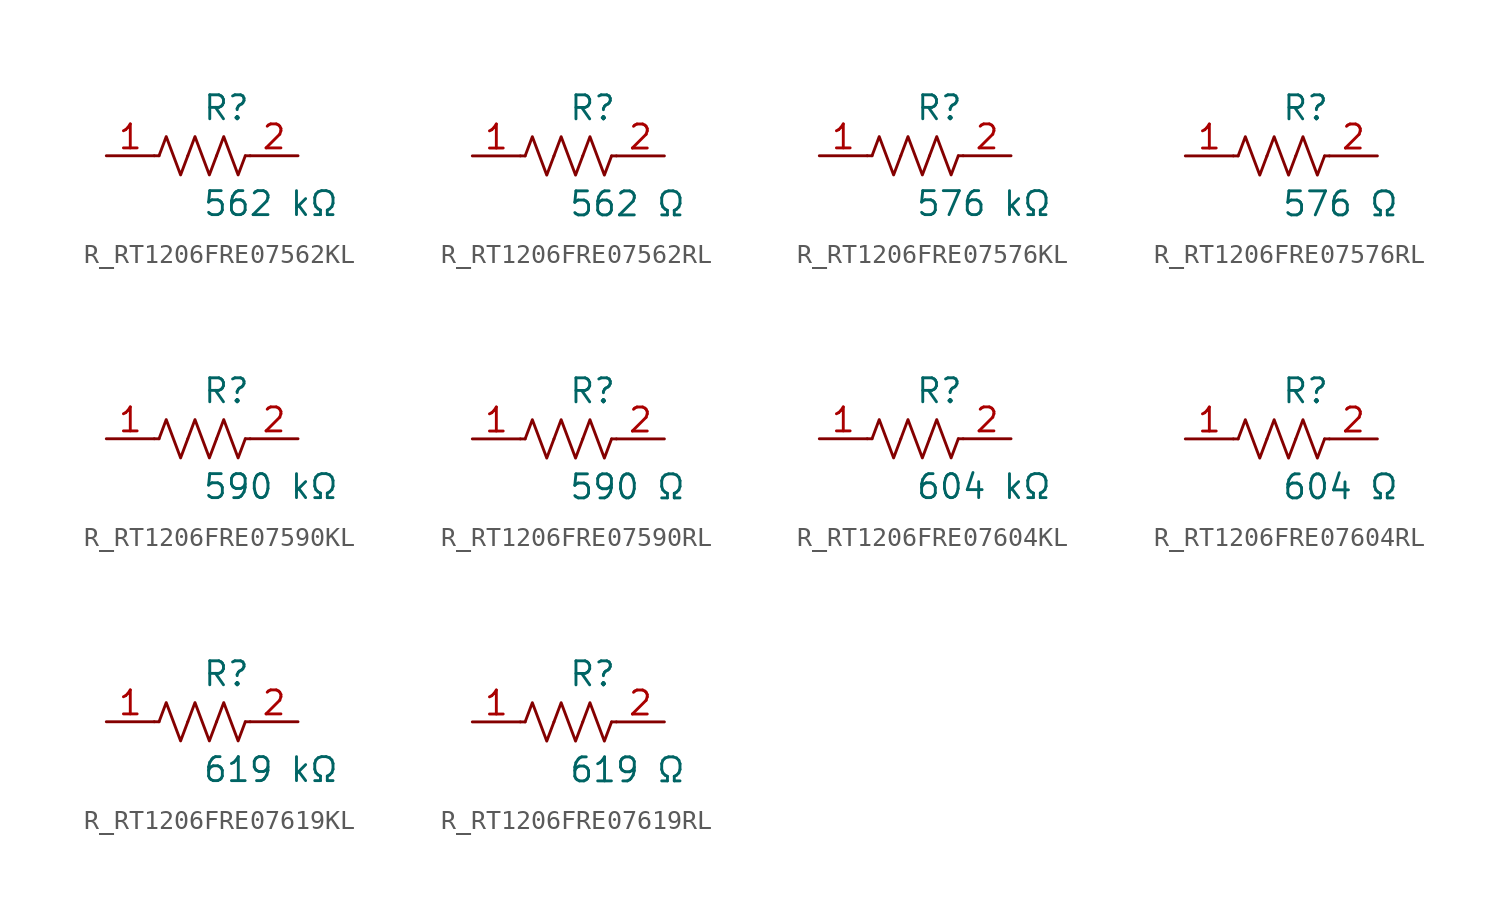
<source format=kicad_sym>
(kicad_symbol_lib
  (version 20231120)
  (generator kicad_symbol_editor)
  (generator_version 8.0)
  (symbol "R_RT1206FRE07562KL"
    (pin_names
      (offset 0.254))
    (property "Reference" "R"
      (at 0 2.54 0)
      (effects (font (size 1.27 1.27)) (justify left)))
    (property "Value" "562 kΩ"
      (at 0 -2.54 0)
      (effects (font (size 1.27 1.27)) (justify left)))
    (symbol "R_RT1206FRE07562KL_0_1"
      (polyline (pts (xy 2.286 0) (xy 2.54 0)) (stroke (width 0) (type default)) (fill (type none)))
      (polyline (pts (xy -2.286 0) (xy -2.54 0)) (stroke (width 0) (type default)) (fill (type none)))
      (polyline (pts (xy 0.762 0) (xy 1.143 1.016) (xy 1.524 0) (xy 1.905 -1.016) (xy 2.286 0)) (stroke (width 0) (type default)) (fill (type none)))
      (polyline (pts (xy -0.762 0) (xy -0.381 1.016) (xy 0 0) (xy 0.381 -1.016) (xy 0.762 0)) (stroke (width 0) (type default)) (fill (type none)))
      (polyline (pts (xy -2.286 0) (xy -1.905 1.016) (xy -1.524 0) (xy -1.143 -1.016) (xy -0.762 0)) (stroke (width 0) (type default)) (fill (type none))))
    (pin unspecified line
      (at -5.08 0 0)
      (length 2.54)
      (name "" (effects (font (size 1.27 1.27))))
      (number "1" (effects (font (size 1.27 1.27)))))
    (pin unspecified line
      (at 5.08 0 180)
      (length 2.54)
      (name "" (effects (font (size 1.27 1.27))))
      (number "2" (effects (font (size 1.27 1.27))))))
  (symbol "R_RT1206FRE07562RL"
    (pin_names
      (offset 0.254))
    (property "Reference" "R"
      (at 0 2.54 0)
      (effects (font (size 1.27 1.27)) (justify left)))
    (property "Value" "562 Ω"
      (at 0 -2.54 0)
      (effects (font (size 1.27 1.27)) (justify left)))
    (symbol "R_RT1206FRE07562RL_0_1"
      (polyline (pts (xy 2.286 0) (xy 2.54 0)) (stroke (width 0) (type default)) (fill (type none)))
      (polyline (pts (xy -2.286 0) (xy -2.54 0)) (stroke (width 0) (type default)) (fill (type none)))
      (polyline (pts (xy 0.762 0) (xy 1.143 1.016) (xy 1.524 0) (xy 1.905 -1.016) (xy 2.286 0)) (stroke (width 0) (type default)) (fill (type none)))
      (polyline (pts (xy -0.762 0) (xy -0.381 1.016) (xy 0 0) (xy 0.381 -1.016) (xy 0.762 0)) (stroke (width 0) (type default)) (fill (type none)))
      (polyline (pts (xy -2.286 0) (xy -1.905 1.016) (xy -1.524 0) (xy -1.143 -1.016) (xy -0.762 0)) (stroke (width 0) (type default)) (fill (type none))))
    (pin unspecified line
      (at -5.08 0 0)
      (length 2.54)
      (name "" (effects (font (size 1.27 1.27))))
      (number "1" (effects (font (size 1.27 1.27)))))
    (pin unspecified line
      (at 5.08 0 180)
      (length 2.54)
      (name "" (effects (font (size 1.27 1.27))))
      (number "2" (effects (font (size 1.27 1.27))))))
  (symbol "R_RT1206FRE07576KL"
    (pin_names
      (offset 0.254))
    (property "Reference" "R"
      (at 0 2.54 0)
      (effects (font (size 1.27 1.27)) (justify left)))
    (property "Value" "576 kΩ"
      (at 0 -2.54 0)
      (effects (font (size 1.27 1.27)) (justify left)))
    (symbol "R_RT1206FRE07576KL_0_1"
      (polyline (pts (xy 2.286 0) (xy 2.54 0)) (stroke (width 0) (type default)) (fill (type none)))
      (polyline (pts (xy -2.286 0) (xy -2.54 0)) (stroke (width 0) (type default)) (fill (type none)))
      (polyline (pts (xy 0.762 0) (xy 1.143 1.016) (xy 1.524 0) (xy 1.905 -1.016) (xy 2.286 0)) (stroke (width 0) (type default)) (fill (type none)))
      (polyline (pts (xy -0.762 0) (xy -0.381 1.016) (xy 0 0) (xy 0.381 -1.016) (xy 0.762 0)) (stroke (width 0) (type default)) (fill (type none)))
      (polyline (pts (xy -2.286 0) (xy -1.905 1.016) (xy -1.524 0) (xy -1.143 -1.016) (xy -0.762 0)) (stroke (width 0) (type default)) (fill (type none))))
    (pin unspecified line
      (at -5.08 0 0)
      (length 2.54)
      (name "" (effects (font (size 1.27 1.27))))
      (number "1" (effects (font (size 1.27 1.27)))))
    (pin unspecified line
      (at 5.08 0 180)
      (length 2.54)
      (name "" (effects (font (size 1.27 1.27))))
      (number "2" (effects (font (size 1.27 1.27))))))
  (symbol "R_RT1206FRE07576RL"
    (pin_names
      (offset 0.254))
    (property "Reference" "R"
      (at 0 2.54 0)
      (effects (font (size 1.27 1.27)) (justify left)))
    (property "Value" "576 Ω"
      (at 0 -2.54 0)
      (effects (font (size 1.27 1.27)) (justify left)))
    (symbol "R_RT1206FRE07576RL_0_1"
      (polyline (pts (xy 2.286 0) (xy 2.54 0)) (stroke (width 0) (type default)) (fill (type none)))
      (polyline (pts (xy -2.286 0) (xy -2.54 0)) (stroke (width 0) (type default)) (fill (type none)))
      (polyline (pts (xy 0.762 0) (xy 1.143 1.016) (xy 1.524 0) (xy 1.905 -1.016) (xy 2.286 0)) (stroke (width 0) (type default)) (fill (type none)))
      (polyline (pts (xy -0.762 0) (xy -0.381 1.016) (xy 0 0) (xy 0.381 -1.016) (xy 0.762 0)) (stroke (width 0) (type default)) (fill (type none)))
      (polyline (pts (xy -2.286 0) (xy -1.905 1.016) (xy -1.524 0) (xy -1.143 -1.016) (xy -0.762 0)) (stroke (width 0) (type default)) (fill (type none))))
    (pin unspecified line
      (at -5.08 0 0)
      (length 2.54)
      (name "" (effects (font (size 1.27 1.27))))
      (number "1" (effects (font (size 1.27 1.27)))))
    (pin unspecified line
      (at 5.08 0 180)
      (length 2.54)
      (name "" (effects (font (size 1.27 1.27))))
      (number "2" (effects (font (size 1.27 1.27))))))
  (symbol "R_RT1206FRE07590KL"
    (pin_names
      (offset 0.254))
    (property "Reference" "R"
      (at 0 2.54 0)
      (effects (font (size 1.27 1.27)) (justify left)))
    (property "Value" "590 kΩ"
      (at 0 -2.54 0)
      (effects (font (size 1.27 1.27)) (justify left)))
    (symbol "R_RT1206FRE07590KL_0_1"
      (polyline (pts (xy 2.286 0) (xy 2.54 0)) (stroke (width 0) (type default)) (fill (type none)))
      (polyline (pts (xy -2.286 0) (xy -2.54 0)) (stroke (width 0) (type default)) (fill (type none)))
      (polyline (pts (xy 0.762 0) (xy 1.143 1.016) (xy 1.524 0) (xy 1.905 -1.016) (xy 2.286 0)) (stroke (width 0) (type default)) (fill (type none)))
      (polyline (pts (xy -0.762 0) (xy -0.381 1.016) (xy 0 0) (xy 0.381 -1.016) (xy 0.762 0)) (stroke (width 0) (type default)) (fill (type none)))
      (polyline (pts (xy -2.286 0) (xy -1.905 1.016) (xy -1.524 0) (xy -1.143 -1.016) (xy -0.762 0)) (stroke (width 0) (type default)) (fill (type none))))
    (pin unspecified line
      (at -5.08 0 0)
      (length 2.54)
      (name "" (effects (font (size 1.27 1.27))))
      (number "1" (effects (font (size 1.27 1.27)))))
    (pin unspecified line
      (at 5.08 0 180)
      (length 2.54)
      (name "" (effects (font (size 1.27 1.27))))
      (number "2" (effects (font (size 1.27 1.27))))))
  (symbol "R_RT1206FRE07590RL"
    (pin_names
      (offset 0.254))
    (property "Reference" "R"
      (at 0 2.54 0)
      (effects (font (size 1.27 1.27)) (justify left)))
    (property "Value" "590 Ω"
      (at 0 -2.54 0)
      (effects (font (size 1.27 1.27)) (justify left)))
    (symbol "R_RT1206FRE07590RL_0_1"
      (polyline (pts (xy 2.286 0) (xy 2.54 0)) (stroke (width 0) (type default)) (fill (type none)))
      (polyline (pts (xy -2.286 0) (xy -2.54 0)) (stroke (width 0) (type default)) (fill (type none)))
      (polyline (pts (xy 0.762 0) (xy 1.143 1.016) (xy 1.524 0) (xy 1.905 -1.016) (xy 2.286 0)) (stroke (width 0) (type default)) (fill (type none)))
      (polyline (pts (xy -0.762 0) (xy -0.381 1.016) (xy 0 0) (xy 0.381 -1.016) (xy 0.762 0)) (stroke (width 0) (type default)) (fill (type none)))
      (polyline (pts (xy -2.286 0) (xy -1.905 1.016) (xy -1.524 0) (xy -1.143 -1.016) (xy -0.762 0)) (stroke (width 0) (type default)) (fill (type none))))
    (pin unspecified line
      (at -5.08 0 0)
      (length 2.54)
      (name "" (effects (font (size 1.27 1.27))))
      (number "1" (effects (font (size 1.27 1.27)))))
    (pin unspecified line
      (at 5.08 0 180)
      (length 2.54)
      (name "" (effects (font (size 1.27 1.27))))
      (number "2" (effects (font (size 1.27 1.27))))))
  (symbol "R_RT1206FRE07604KL"
    (pin_names
      (offset 0.254))
    (property "Reference" "R"
      (at 0 2.54 0)
      (effects (font (size 1.27 1.27)) (justify left)))
    (property "Value" "604 kΩ"
      (at 0 -2.54 0)
      (effects (font (size 1.27 1.27)) (justify left)))
    (symbol "R_RT1206FRE07604KL_0_1"
      (polyline (pts (xy 2.286 0) (xy 2.54 0)) (stroke (width 0) (type default)) (fill (type none)))
      (polyline (pts (xy -2.286 0) (xy -2.54 0)) (stroke (width 0) (type default)) (fill (type none)))
      (polyline (pts (xy 0.762 0) (xy 1.143 1.016) (xy 1.524 0) (xy 1.905 -1.016) (xy 2.286 0)) (stroke (width 0) (type default)) (fill (type none)))
      (polyline (pts (xy -0.762 0) (xy -0.381 1.016) (xy 0 0) (xy 0.381 -1.016) (xy 0.762 0)) (stroke (width 0) (type default)) (fill (type none)))
      (polyline (pts (xy -2.286 0) (xy -1.905 1.016) (xy -1.524 0) (xy -1.143 -1.016) (xy -0.762 0)) (stroke (width 0) (type default)) (fill (type none))))
    (pin unspecified line
      (at -5.08 0 0)
      (length 2.54)
      (name "" (effects (font (size 1.27 1.27))))
      (number "1" (effects (font (size 1.27 1.27)))))
    (pin unspecified line
      (at 5.08 0 180)
      (length 2.54)
      (name "" (effects (font (size 1.27 1.27))))
      (number "2" (effects (font (size 1.27 1.27))))))
  (symbol "R_RT1206FRE07604RL"
    (pin_names
      (offset 0.254))
    (property "Reference" "R"
      (at 0 2.54 0)
      (effects (font (size 1.27 1.27)) (justify left)))
    (property "Value" "604 Ω"
      (at 0 -2.54 0)
      (effects (font (size 1.27 1.27)) (justify left)))
    (symbol "R_RT1206FRE07604RL_0_1"
      (polyline (pts (xy 2.286 0) (xy 2.54 0)) (stroke (width 0) (type default)) (fill (type none)))
      (polyline (pts (xy -2.286 0) (xy -2.54 0)) (stroke (width 0) (type default)) (fill (type none)))
      (polyline (pts (xy 0.762 0) (xy 1.143 1.016) (xy 1.524 0) (xy 1.905 -1.016) (xy 2.286 0)) (stroke (width 0) (type default)) (fill (type none)))
      (polyline (pts (xy -0.762 0) (xy -0.381 1.016) (xy 0 0) (xy 0.381 -1.016) (xy 0.762 0)) (stroke (width 0) (type default)) (fill (type none)))
      (polyline (pts (xy -2.286 0) (xy -1.905 1.016) (xy -1.524 0) (xy -1.143 -1.016) (xy -0.762 0)) (stroke (width 0) (type default)) (fill (type none))))
    (pin unspecified line
      (at -5.08 0 0)
      (length 2.54)
      (name "" (effects (font (size 1.27 1.27))))
      (number "1" (effects (font (size 1.27 1.27)))))
    (pin unspecified line
      (at 5.08 0 180)
      (length 2.54)
      (name "" (effects (font (size 1.27 1.27))))
      (number "2" (effects (font (size 1.27 1.27))))))
  (symbol "R_RT1206FRE07619KL"
    (pin_names
      (offset 0.254))
    (property "Reference" "R"
      (at 0 2.54 0)
      (effects (font (size 1.27 1.27)) (justify left)))
    (property "Value" "619 kΩ"
      (at 0 -2.54 0)
      (effects (font (size 1.27 1.27)) (justify left)))
    (symbol "R_RT1206FRE07619KL_0_1"
      (polyline (pts (xy 2.286 0) (xy 2.54 0)) (stroke (width 0) (type default)) (fill (type none)))
      (polyline (pts (xy -2.286 0) (xy -2.54 0)) (stroke (width 0) (type default)) (fill (type none)))
      (polyline (pts (xy 0.762 0) (xy 1.143 1.016) (xy 1.524 0) (xy 1.905 -1.016) (xy 2.286 0)) (stroke (width 0) (type default)) (fill (type none)))
      (polyline (pts (xy -0.762 0) (xy -0.381 1.016) (xy 0 0) (xy 0.381 -1.016) (xy 0.762 0)) (stroke (width 0) (type default)) (fill (type none)))
      (polyline (pts (xy -2.286 0) (xy -1.905 1.016) (xy -1.524 0) (xy -1.143 -1.016) (xy -0.762 0)) (stroke (width 0) (type default)) (fill (type none))))
    (pin unspecified line
      (at -5.08 0 0)
      (length 2.54)
      (name "" (effects (font (size 1.27 1.27))))
      (number "1" (effects (font (size 1.27 1.27)))))
    (pin unspecified line
      (at 5.08 0 180)
      (length 2.54)
      (name "" (effects (font (size 1.27 1.27))))
      (number "2" (effects (font (size 1.27 1.27))))))
  (symbol "R_RT1206FRE07619RL"
    (pin_names
      (offset 0.254))
    (property "Reference" "R"
      (at 0 2.54 0)
      (effects (font (size 1.27 1.27)) (justify left)))
    (property "Value" "619 Ω"
      (at 0 -2.54 0)
      (effects (font (size 1.27 1.27)) (justify left)))
    (symbol "R_RT1206FRE07619RL_0_1"
      (polyline (pts (xy 2.286 0) (xy 2.54 0)) (stroke (width 0) (type default)) (fill (type none)))
      (polyline (pts (xy -2.286 0) (xy -2.54 0)) (stroke (width 0) (type default)) (fill (type none)))
      (polyline (pts (xy 0.762 0) (xy 1.143 1.016) (xy 1.524 0) (xy 1.905 -1.016) (xy 2.286 0)) (stroke (width 0) (type default)) (fill (type none)))
      (polyline (pts (xy -0.762 0) (xy -0.381 1.016) (xy 0 0) (xy 0.381 -1.016) (xy 0.762 0)) (stroke (width 0) (type default)) (fill (type none)))
      (polyline (pts (xy -2.286 0) (xy -1.905 1.016) (xy -1.524 0) (xy -1.143 -1.016) (xy -0.762 0)) (stroke (width 0) (type default)) (fill (type none))))
    (pin unspecified line
      (at -5.08 0 0)
      (length 2.54)
      (name "" (effects (font (size 1.27 1.27))))
      (number "1" (effects (font (size 1.27 1.27)))))
    (pin unspecified line
      (at 5.08 0 180)
      (length 2.54)
      (name "" (effects (font (size 1.27 1.27))))
      (number "2" (effects (font (size 1.27 1.27)))))))
</source>
